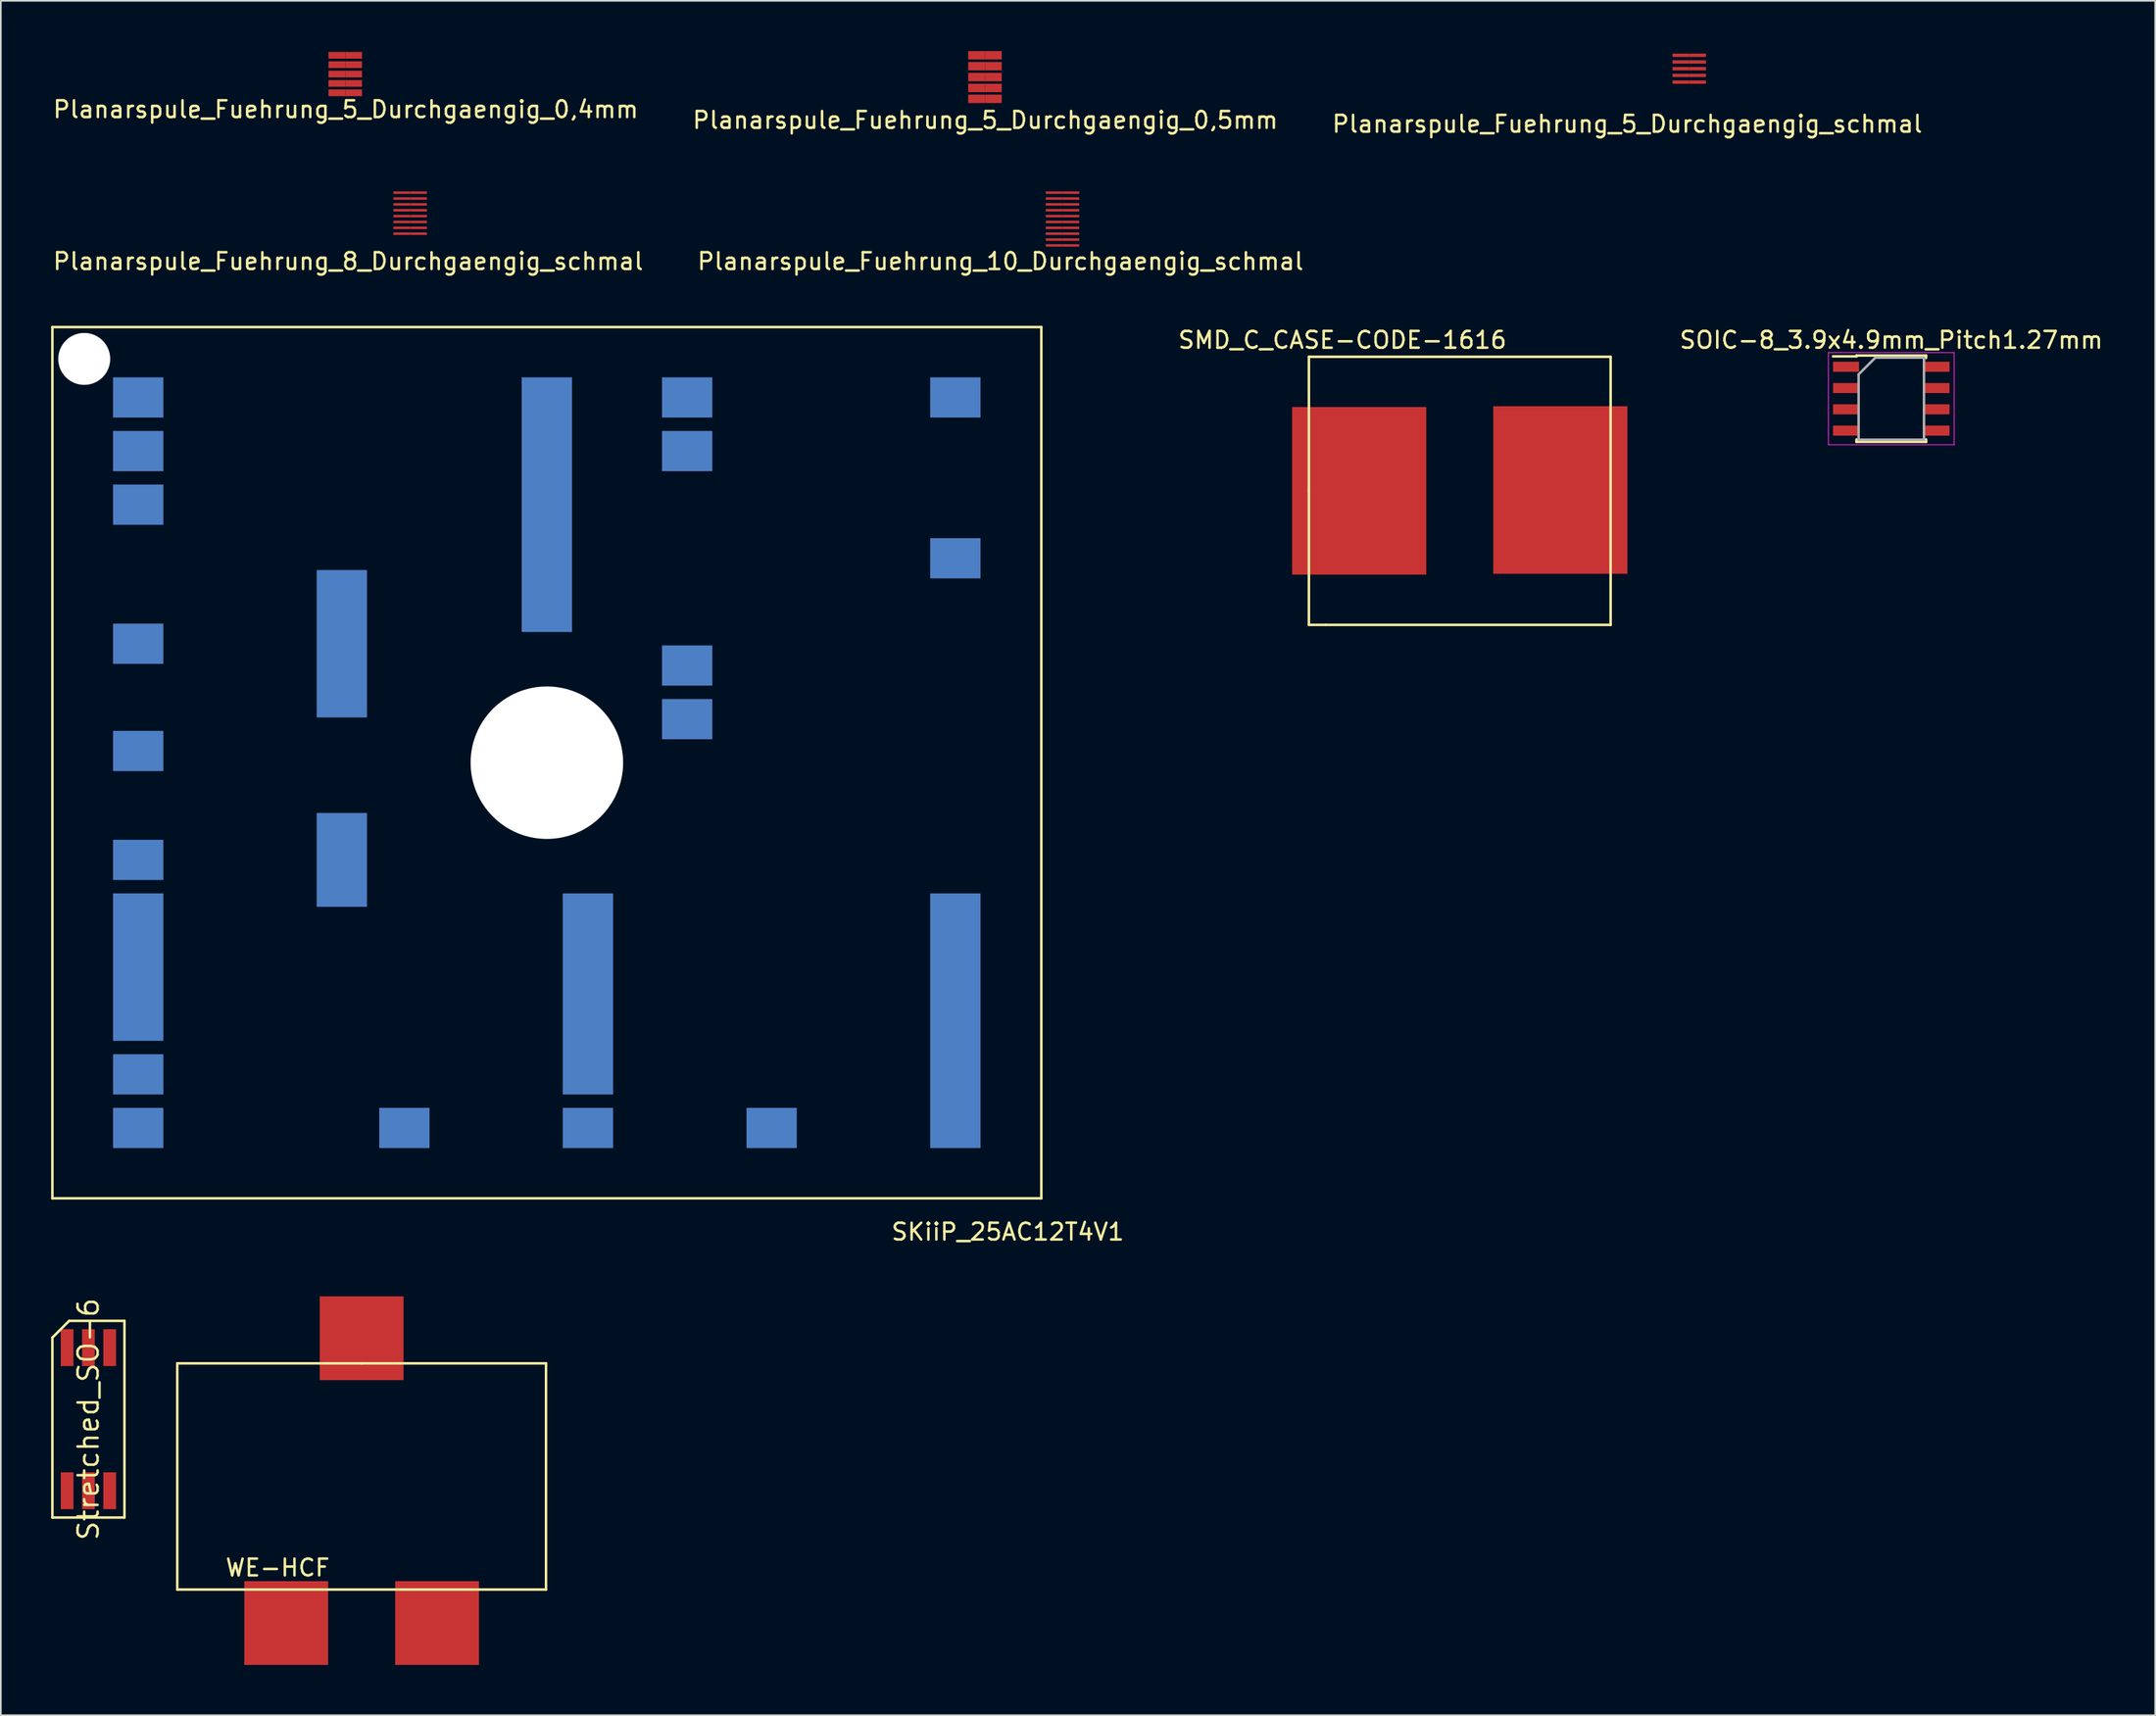
<source format=kicad_pcb>
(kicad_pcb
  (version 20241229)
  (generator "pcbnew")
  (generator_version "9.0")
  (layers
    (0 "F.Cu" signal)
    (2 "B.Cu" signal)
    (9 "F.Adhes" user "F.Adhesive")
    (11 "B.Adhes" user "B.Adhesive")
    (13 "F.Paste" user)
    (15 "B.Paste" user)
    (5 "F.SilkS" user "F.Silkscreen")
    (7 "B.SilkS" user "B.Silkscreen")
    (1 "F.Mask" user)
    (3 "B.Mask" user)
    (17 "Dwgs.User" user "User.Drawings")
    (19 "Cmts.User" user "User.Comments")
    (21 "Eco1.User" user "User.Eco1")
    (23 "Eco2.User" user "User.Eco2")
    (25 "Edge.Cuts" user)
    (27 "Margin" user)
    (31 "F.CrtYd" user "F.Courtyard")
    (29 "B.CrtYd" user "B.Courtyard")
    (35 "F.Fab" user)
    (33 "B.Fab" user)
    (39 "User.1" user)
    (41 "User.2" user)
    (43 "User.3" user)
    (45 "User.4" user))
  (footprint "Planarspule_Fuehrung_8_Durchgaengig_schmal"
    (layer "F.Cu")
    (at 20.92 8.448)
    (property "Reference" "Planarspule_Fuehrung_8_Durchgaengig_schmal" (at -3.2 4.1 0) (layer "F.SilkS") (effects (font (size 1 1) (thickness 0.15))))
    (attr through_hole)
    (pad "1" smd rect (at 0 0) (size 1 0.15) (layers "F.Cu" "F.Paste"))
    (pad "2" smd rect (at 1 0) (size 1 0.15) (layers "F.Cu" "F.Paste"))
    (pad "3" smd rect (at 0 0.35) (size 1 0.15) (layers "F.Cu" "F.Paste"))
    (pad "4" smd rect (at 1 0.35) (size 1 0.15) (layers "F.Cu" "F.Paste"))
    (pad "5" smd rect (at 0 0.7) (size 1 0.15) (layers "F.Cu" "F.Paste"))
    (pad "6" smd rect (at 1 0.7) (size 1 0.15) (layers "F.Cu" "F.Paste"))
    (pad "7" smd rect (at 0 1.05) (size 1 0.15) (layers "F.Cu" "F.Paste"))
    (pad "8" smd rect (at 1 1.05) (size 1 0.15) (layers "F.Cu" "F.Paste"))
    (pad "9" smd rect (at 0 1.4) (size 1 0.15) (layers "F.Cu" "F.Paste"))
    (pad "10" smd rect (at 1 1.4) (size 1 0.15) (layers "F.Cu" "F.Paste"))
    (pad "11" smd rect (at 0 1.75) (size 1 0.15) (layers "F.Cu" "F.Paste"))
    (pad "12" smd rect (at 1 1.75) (size 1 0.15) (layers "F.Cu" "F.Paste"))
    (pad "13" smd rect (at 0 2.1) (size 1 0.15) (layers "F.Cu" "F.Paste"))
    (pad "14" smd rect (at 1 2.1) (size 1 0.15) (layers "F.Cu" "F.Paste"))
    (pad "15" smd rect (at 0 2.45) (size 1 0.15) (layers "F.Cu" "F.Paste"))
    (pad "16" smd rect (at 1 2.45) (size 1 0.15) (layers "F.Cu" "F.Paste")))
  (footprint "SOIC-8_3.9x4.9mm_Pitch1.27mm"
    (layer "F.Cu")
    (at 109.783 20.745)
    (property "Reference" "SOIC-8_3.9x4.9mm_Pitch1.27mm" (at 0 -3.5 0) (layer "F.SilkS") (effects (font (size 1 1) (thickness 0.15))))
    (attr smd)
    (fp_line (start -2.075 -2.575) (end -2.075 -2.525) (stroke (width 0.15) (type solid)) (layer "F.SilkS"))
    (fp_line (start -2.075 -2.575) (end 2.075 -2.575) (stroke (width 0.15) (type solid)) (layer "F.SilkS"))
    (fp_line (start -2.075 -2.525) (end -3.475 -2.525) (stroke (width 0.15) (type solid)) (layer "F.SilkS"))
    (fp_line (start -2.075 2.575) (end -2.075 2.43) (stroke (width 0.15) (type solid)) (layer "F.SilkS"))
    (fp_line (start -2.075 2.575) (end 2.075 2.575) (stroke (width 0.15) (type solid)) (layer "F.SilkS"))
    (fp_line (start 2.075 -2.575) (end 2.075 -2.43) (stroke (width 0.15) (type solid)) (layer "F.SilkS"))
    (fp_line (start 2.075 2.575) (end 2.075 2.43) (stroke (width 0.15) (type solid)) (layer "F.SilkS"))
    (fp_line (start -3.75 -2.75) (end -3.75 2.75) (stroke (width 0.05) (type solid)) (layer "F.CrtYd"))
    (fp_line (start -3.75 -2.75) (end 3.75 -2.75) (stroke (width 0.05) (type solid)) (layer "F.CrtYd"))
    (fp_line (start -3.75 2.75) (end 3.75 2.75) (stroke (width 0.05) (type solid)) (layer "F.CrtYd"))
    (fp_line (start 3.75 -2.75) (end 3.75 2.75) (stroke (width 0.05) (type solid)) (layer "F.CrtYd"))
    (fp_line (start -1.95 -1.45) (end -0.95 -2.45) (stroke (width 0.15) (type solid)) (layer "F.Fab"))
    (fp_line (start -1.95 2.45) (end -1.95 -1.45) (stroke (width 0.15) (type solid)) (layer "F.Fab"))
    (fp_line (start -0.95 -2.45) (end 1.95 -2.45) (stroke (width 0.15) (type solid)) (layer "F.Fab"))
    (fp_line (start 1.95 -2.45) (end 1.95 2.45) (stroke (width 0.15) (type solid)) (layer "F.Fab"))
    (fp_line (start 1.95 2.45) (end -1.95 2.45) (stroke (width 0.15) (type solid)) (layer "F.Fab"))
    (pad "1" smd rect (at -2.7 -1.905) (size 1.55 0.6) (layers "F.Cu" "F.Mask" "F.Paste"))
    (pad "2" smd rect (at -2.7 -0.635) (size 1.55 0.6) (layers "F.Cu" "F.Mask" "F.Paste"))
    (pad "3" smd rect (at -2.7 0.635) (size 1.55 0.6) (layers "F.Cu" "F.Mask" "F.Paste"))
    (pad "4" smd rect (at -2.7 1.905) (size 1.55 0.6) (layers "F.Cu" "F.Mask" "F.Paste"))
    (pad "5" smd rect (at 2.7 1.905) (size 1.55 0.6) (layers "F.Cu" "F.Mask" "F.Paste"))
    (pad "6" smd rect (at 2.7 0.635) (size 1.55 0.6) (layers "F.Cu" "F.Mask" "F.Paste"))
    (pad "7" smd rect (at 2.7 -0.635) (size 1.55 0.6) (layers "F.Cu" "F.Mask" "F.Paste"))
    (pad "8" smd rect (at 2.7 -1.905) (size 1.55 0.6) (layers "F.Cu" "F.Mask" "F.Paste")))
  (footprint "Stretched_SO-6"
    (layer "F.Cu")
    (at 2.225 81.653)
    (property "Reference" "Stretched_SO-6" (at 0 0 90) (layer "F.SilkS") (effects (font (size 1.2 1.2) (thickness 0.15))))
    (attr through_hole)
    (fp_line (start -2.15 -4.87) (end -2.15 5.87) (stroke (width 0.15) (type solid)) (layer "F.SilkS"))
    (fp_line (start -2.15 5.87) (end 2.15 5.87) (stroke (width 0.15) (type solid)) (layer "F.SilkS"))
    (fp_line (start -1.15 -5.87) (end -2.15 -4.87) (stroke (width 0.15) (type solid)) (layer "F.SilkS"))
    (fp_line (start 2.15 -5.87) (end -1.15 -5.87) (stroke (width 0.15) (type solid)) (layer "F.SilkS"))
    (fp_line (start 2.15 5.87) (end 2.15 -5.87) (stroke (width 0.15) (type solid)) (layer "F.SilkS"))
    (pad "1" smd rect (at -1.27 4.27) (size 0.76 2.2) (layers "F.Cu" "F.Mask" "F.Paste"))
    (pad "2" smd rect (at 0 4.27) (size 0.76 2.2) (layers "F.Cu" "F.Mask" "F.Paste"))
    (pad "3" smd rect (at 1.27 4.27) (size 0.76 2.2) (layers "F.Cu" "F.Mask" "F.Paste"))
    (pad "4" smd rect (at 1.27 -4.27) (size 0.76 2.2) (layers "F.Cu" "F.Mask" "F.Paste"))
    (pad "5" smd rect (at 0 -4.27) (size 0.76 2.2) (layers "F.Cu" "F.Mask" "F.Paste"))
    (pad "6" smd rect (at -1.27 -4.27) (size 0.76 2.2) (layers "F.Cu" "F.Mask" "F.Paste")))
  (footprint "Planarspule_Fuehrung_5_Durchgaengig_0,5mm"
    (layer "F.Cu")
    (at 55.212 0.25)
    (property "Reference" "Planarspule_Fuehrung_5_Durchgaengig_0,5mm" (at 0.52 3.87 0) (layer "F.SilkS") (effects (font (size 1 1) (thickness 0.15))))
    (attr through_hole)
    (pad "1" smd rect (at 0 0) (size 1 0.5) (layers "F.Cu" "F.Paste"))
    (pad "12" smd rect (at 0 0.65) (size 1 0.5) (layers "F.Cu" "F.Paste"))
    (pad "13" smd rect (at 0 1.3) (size 1 0.5) (layers "F.Cu" "F.Paste"))
    (pad "14" smd rect (at 0 1.95) (size 1 0.5) (layers "F.Cu" "F.Paste"))
    (pad "15" smd rect (at 0 2.6) (size 1 0.5) (layers "F.Cu" "F.Paste"))
    (pad "21" smd rect (at 1 0) (size 1 0.5) (layers "F.Cu" "F.Paste"))
    (pad "22" smd rect (at 1 0.65) (size 1 0.5) (layers "F.Cu" "F.Paste"))
    (pad "23" smd rect (at 1 1.3) (size 1 0.5) (layers "F.Cu" "F.Paste"))
    (pad "24" smd rect (at 1 1.95) (size 1 0.5) (layers "F.Cu" "F.Paste"))
    (pad "25" smd rect (at 1 2.6) (size 1 0.5) (layers "F.Cu" "F.Paste")))
  (footprint "Planarspule_Fuehrung_5_Durchgaengig_0,4mm"
    (layer "F.Cu")
    (at 17.047 0.25)
    (property "Reference" "Planarspule_Fuehrung_5_Durchgaengig_0,4mm" (at 0.53 3.23 0) (layer "F.SilkS") (effects (font (size 1 1) (thickness 0.15))))
    (attr through_hole)
    (pad "1" smd rect (at 0 0) (size 1 0.4) (layers "F.Cu" "F.Paste"))
    (pad "2" smd rect (at 1 0) (size 1 0.4) (layers "F.Cu" "F.Paste"))
    (pad "3" smd rect (at 0 0.56) (size 1 0.4) (layers "F.Cu" "F.Paste"))
    (pad "4" smd rect (at 1 0.56) (size 1 0.4) (layers "F.Cu" "F.Paste"))
    (pad "5" smd rect (at 0 1.12) (size 1 0.4) (layers "F.Cu" "F.Paste"))
    (pad "6" smd rect (at 1 1.12) (size 1 0.4) (layers "F.Cu" "F.Paste"))
    (pad "7" smd rect (at 0 1.68) (size 1 0.4) (layers "F.Cu" "F.Paste"))
    (pad "8" smd rect (at 1 1.68) (size 1 0.4) (layers "F.Cu" "F.Paste"))
    (pad "9" smd rect (at 0 2.24) (size 1 0.4) (layers "F.Cu" "F.Paste"))
    (pad "10" smd rect (at 1 2.24) (size 1 0.4) (layers "F.Cu" "F.Paste")))
  (footprint "SMD_C_CASE-CODE-1616"
    (layer "F.Cu")
    (at 78.039 26.245)
    (property "Reference" "SMD_C_CASE-CODE-1616" (at -1 -9 0) (layer "F.SilkS") (effects (font (size 1 1) (thickness 0.15))))
    (attr through_hole)
    (fp_line (start -3 0) (end -3 -8) (stroke (width 0.15) (type solid)) (layer "F.SilkS"))
    (fp_line (start -3 8) (end -3 0) (stroke (width 0.15) (type solid)) (layer "F.SilkS"))
    (fp_line (start -3 8) (end -2 8) (stroke (width 0.15) (type solid)) (layer "F.SilkS"))
    (fp_line (start -2 8) (end 15 8) (stroke (width 0.15) (type solid)) (layer "F.SilkS"))
    (fp_line (start 15 -8) (end -3 -8) (stroke (width 0.15) (type solid)) (layer "F.SilkS"))
    (fp_line (start 15 -8) (end 15 8) (stroke (width 0.15) (type solid)) (layer "F.SilkS"))
    (pad "1" smd rect (at 0 0) (size 8 10) (layers "F.Cu" "F.Mask" "F.Paste"))
    (pad "2" smd rect (at 12 -0.05) (size 8 10) (layers "F.Cu" "F.Mask" "F.Paste")))
  (footprint "Planarspule_Fuehrung_5_Durchgaengig_schmal"
    (layer "F.Cu")
    (at 97.23 0.25)
    (property "Reference" "Planarspule_Fuehrung_5_Durchgaengig_schmal" (at -3.2 4.1 0) (layer "F.SilkS") (effects (font (size 1 1) (thickness 0.15))))
    (attr through_hole)
    (pad "1" smd rect (at 0 0) (size 1 0.2) (layers "F.Cu" "F.Paste"))
    (pad "2" smd rect (at 1 0) (size 1 0.2) (layers "F.Cu" "F.Paste"))
    (pad "3" smd rect (at 0 0.4) (size 1 0.2) (layers "F.Cu" "F.Paste"))
    (pad "4" smd rect (at 1 0.4) (size 1 0.2) (layers "F.Cu" "F.Paste"))
    (pad "5" smd rect (at 0 0.8) (size 1 0.2) (layers "F.Cu" "F.Paste"))
    (pad "6" smd rect (at 1 0.8) (size 1 0.2) (layers "F.Cu" "F.Paste"))
    (pad "7" smd rect (at 0 1.2) (size 1 0.2) (layers "F.Cu" "F.Paste"))
    (pad "8" smd rect (at 1 1.2) (size 1 0.2) (layers "F.Cu" "F.Paste"))
    (pad "9" smd rect (at 0 1.6) (size 1 0.2) (layers "F.Cu" "F.Paste"))
    (pad "10" smd rect (at 1 1.6) (size 1 0.2) (layers "F.Cu" "F.Paste")))
  (footprint "Planarspule_Fuehrung_10_Durchgaengig_schmal"
    (layer "F.Cu")
    (at 59.837 8.448)
    (property "Reference" "Planarspule_Fuehrung_10_Durchgaengig_schmal" (at -3.2 4.1 0) (layer "F.SilkS") (effects (font (size 1 1) (thickness 0.15))))
    (attr through_hole)
    (pad "1" smd rect (at 0 0) (size 1 0.15) (layers "F.Cu" "F.Paste"))
    (pad "2" smd rect (at 1 0) (size 1 0.15) (layers "F.Cu" "F.Paste"))
    (pad "3" smd rect (at 0 0.35) (size 1 0.15) (layers "F.Cu" "F.Paste"))
    (pad "4" smd rect (at 1 0.35) (size 1 0.15) (layers "F.Cu" "F.Paste"))
    (pad "5" smd rect (at 0 0.7) (size 1 0.15) (layers "F.Cu" "F.Paste"))
    (pad "6" smd rect (at 1 0.7) (size 1 0.15) (layers "F.Cu" "F.Paste"))
    (pad "7" smd rect (at 0 1.05) (size 1 0.15) (layers "F.Cu" "F.Paste"))
    (pad "8" smd rect (at 1 1.05) (size 1 0.15) (layers "F.Cu" "F.Paste"))
    (pad "9" smd rect (at 0 1.4) (size 1 0.15) (layers "F.Cu" "F.Paste"))
    (pad "10" smd rect (at 1 1.4) (size 1 0.15) (layers "F.Cu" "F.Paste"))
    (pad "11" smd rect (at 0 1.75) (size 1 0.15) (layers "F.Cu" "F.Paste"))
    (pad "12" smd rect (at 1 1.75) (size 1 0.15) (layers "F.Cu" "F.Paste"))
    (pad "13" smd rect (at 0 2.1) (size 1 0.15) (layers "F.Cu" "F.Paste"))
    (pad "14" smd rect (at 1 2.1) (size 1 0.15) (layers "F.Cu" "F.Paste"))
    (pad "15" smd rect (at 0 2.45) (size 1 0.15) (layers "F.Cu" "F.Paste"))
    (pad "16" smd rect (at 1 2.45) (size 1 0.15) (layers "F.Cu" "F.Paste"))
    (pad "17" smd rect (at 0 2.8) (size 1 0.15) (layers "F.Cu" "F.Paste"))
    (pad "18" smd rect (at 1 2.8) (size 1 0.15) (layers "F.Cu" "F.Paste"))
    (pad "19" smd rect (at 0 3.15) (size 1 0.15) (layers "F.Cu" "F.Paste"))
    (pad "20" smd rect (at 1 3.15) (size 1 0.15) (layers "F.Cu" "F.Paste")))
  (footprint "SKiiP_25AC12T4V1"
    (layer "F.Cu")
    (at 29.575 42.471)
    (property "Reference" "SKiiP_25AC12T4V1" (at 27.5 28 0) (layer "F.SilkS") (effects (font (size 1 1) (thickness 0.15))))
    (attr through_hole)
    (fp_line (start -29.5 -26) (end 29.5 -26) (stroke (width 0.15) (type solid)) (layer "F.SilkS"))
    (fp_line (start -29.5 26) (end -29.5 -26) (stroke (width 0.15) (type solid)) (layer "F.SilkS"))
    (fp_line (start 29.5 -26) (end 29.5 26) (stroke (width 0.15) (type solid)) (layer "F.SilkS"))
    (fp_line (start 29.5 26) (end -29.5 26) (stroke (width 0.15) (type solid)) (layer "F.SilkS"))
    (pad "" np_thru_hole circle (at -27.6 -24.1) (size 3.1 3.1) (drill 3.1) (layers "*.Cu" "*.Mask"))
    (pad "" np_thru_hole circle (at 0 0) (size 9.1 9.1) (drill 9.1) (layers "*.Cu" "*.Mask"))
    (pad "1" smd rect (at -24.38 -21.8) (size 3 2.4) (layers "F.Mask" "B.Cu" "F.Paste"))
    (pad "2" smd rect (at -24.38 -18.6) (size 3 2.4) (layers "F.Mask" "B.Cu" "F.Paste"))
    (pad "3" smd rect (at -24.38 -15.4) (size 3 2.4) (layers "F.Mask" "B.Cu" "F.Paste"))
    (pad "4" smd rect (at -24.38 -7.1) (size 3 2.4) (layers "F.Mask" "B.Cu" "F.Paste"))
    (pad "5" smd rect (at -24.38 -0.7) (size 3 2.4) (layers "F.Mask" "B.Cu" "F.Paste"))
    (pad "6" smd rect (at -24.38 5.8) (size 3 2.4) (layers "F.Mask" "B.Cu" "F.Paste"))
    (pad "7" smd rect (at -24.38 18.6) (size 3 2.4) (layers "F.Mask" "B.Cu" "F.Paste"))
    (pad "8" smd rect (at -24.38 21.8) (size 3 2.4) (layers "F.Mask" "B.Cu" "F.Paste"))
    (pad "9" smd rect (at -8.5 21.8) (size 3 2.4) (layers "F.Mask" "B.Cu" "F.Paste"))
    (pad "10" smd rect (at 2.45 21.8) (size 3 2.4) (layers "F.Mask" "B.Cu" "F.Paste"))
    (pad "11" smd rect (at 13.41 21.8) (size 3 2.4) (layers "F.Mask" "B.Cu" "F.Paste"))
    (pad "12" smd rect (at 8.37 -2.6) (size 3 2.4) (layers "F.Mask" "B.Cu" "F.Paste"))
    (pad "13" smd rect (at 8.37 -5.8) (size 3 2.4) (layers "F.Mask" "B.Cu" "F.Paste"))
    (pad "14" smd rect (at 8.37 -18.6) (size 3 2.4) (layers "F.Mask" "B.Cu" "F.Paste"))
    (pad "15" smd rect (at 8.37 -21.8) (size 3 2.4) (layers "F.Mask" "B.Cu" "F.Paste"))
    (pad "16" smd rect (at -24.38 12.2) (size 3 8.8) (layers "F.Mask" "B.Cu" "F.Paste"))
    (pad "17" smd rect (at -12.23 5.8) (size 3 5.6) (layers "F.Mask" "B.Cu" "F.Paste"))
    (pad "18" smd rect (at -12.23 -7.1) (size 3 8.8) (layers "F.Mask" "B.Cu" "F.Paste"))
    (pad "19" smd rect (at 2.45 13.8) (size 3 12) (layers "F.Mask" "B.Cu" "F.Paste"))
    (pad "20" smd rect (at 0 -15.4) (size 3 15.2) (layers "F.Mask" "B.Cu" "F.Paste"))
    (pad "21" smd rect (at 24.37 15.4) (size 3 15.2) (layers "F.Mask" "B.Cu" "F.Paste"))
    (pad "22" smd rect (at 24.37 -21.8) (size 3 2.4) (layers "F.Mask" "B.Cu" "F.Paste"))
    (pad "23" smd rect (at 24.37 -12.2) (size 3 2.4) (layers "F.Mask" "B.Cu" "F.Paste")))
  (footprint "WE-HCF"
    (layer "F.Cu")
    (at 14.025 93.82)
    (property "Reference" "WE-HCF" (at -0.508 -3.302 0) (layer "F.SilkS") (effects (font (size 1 1) (thickness 0.15))))
    (attr through_hole)
    (fp_line (start -6.5 -15.5) (end 4.5 -15.5) (stroke (width 0.15) (type solid)) (layer "F.SilkS"))
    (fp_line (start -6.5 -2) (end -6.5 -15.5) (stroke (width 0.15) (type solid)) (layer "F.SilkS"))
    (fp_line (start 4.5 -15.5) (end 15.5 -15.5) (stroke (width 0.15) (type solid)) (layer "F.SilkS"))
    (fp_line (start 15.5 -15.5) (end 15.5 -2) (stroke (width 0.15) (type solid)) (layer "F.SilkS"))
    (fp_line (start 15.5 -2) (end -6.5 -2) (stroke (width 0.15) (type solid)) (layer "F.SilkS"))
    (pad "1" smd rect (at 0 0) (size 5 5) (layers "F.Cu" "F.Mask" "F.Paste"))
    (pad "2" smd rect (at 9 0) (size 5 5) (layers "F.Cu" "F.Mask" "F.Paste"))
    (pad "3" smd rect (at 4.5 -17) (size 5 5) (layers "F.Cu" "F.Mask" "F.Paste")))
  (gr_rect
    (start -3 -3)
    (end 125.527 99.32)
    (stroke (width 0.1) (type default))
    (fill no)
    (layer "Edge.Cuts")))
</source>
